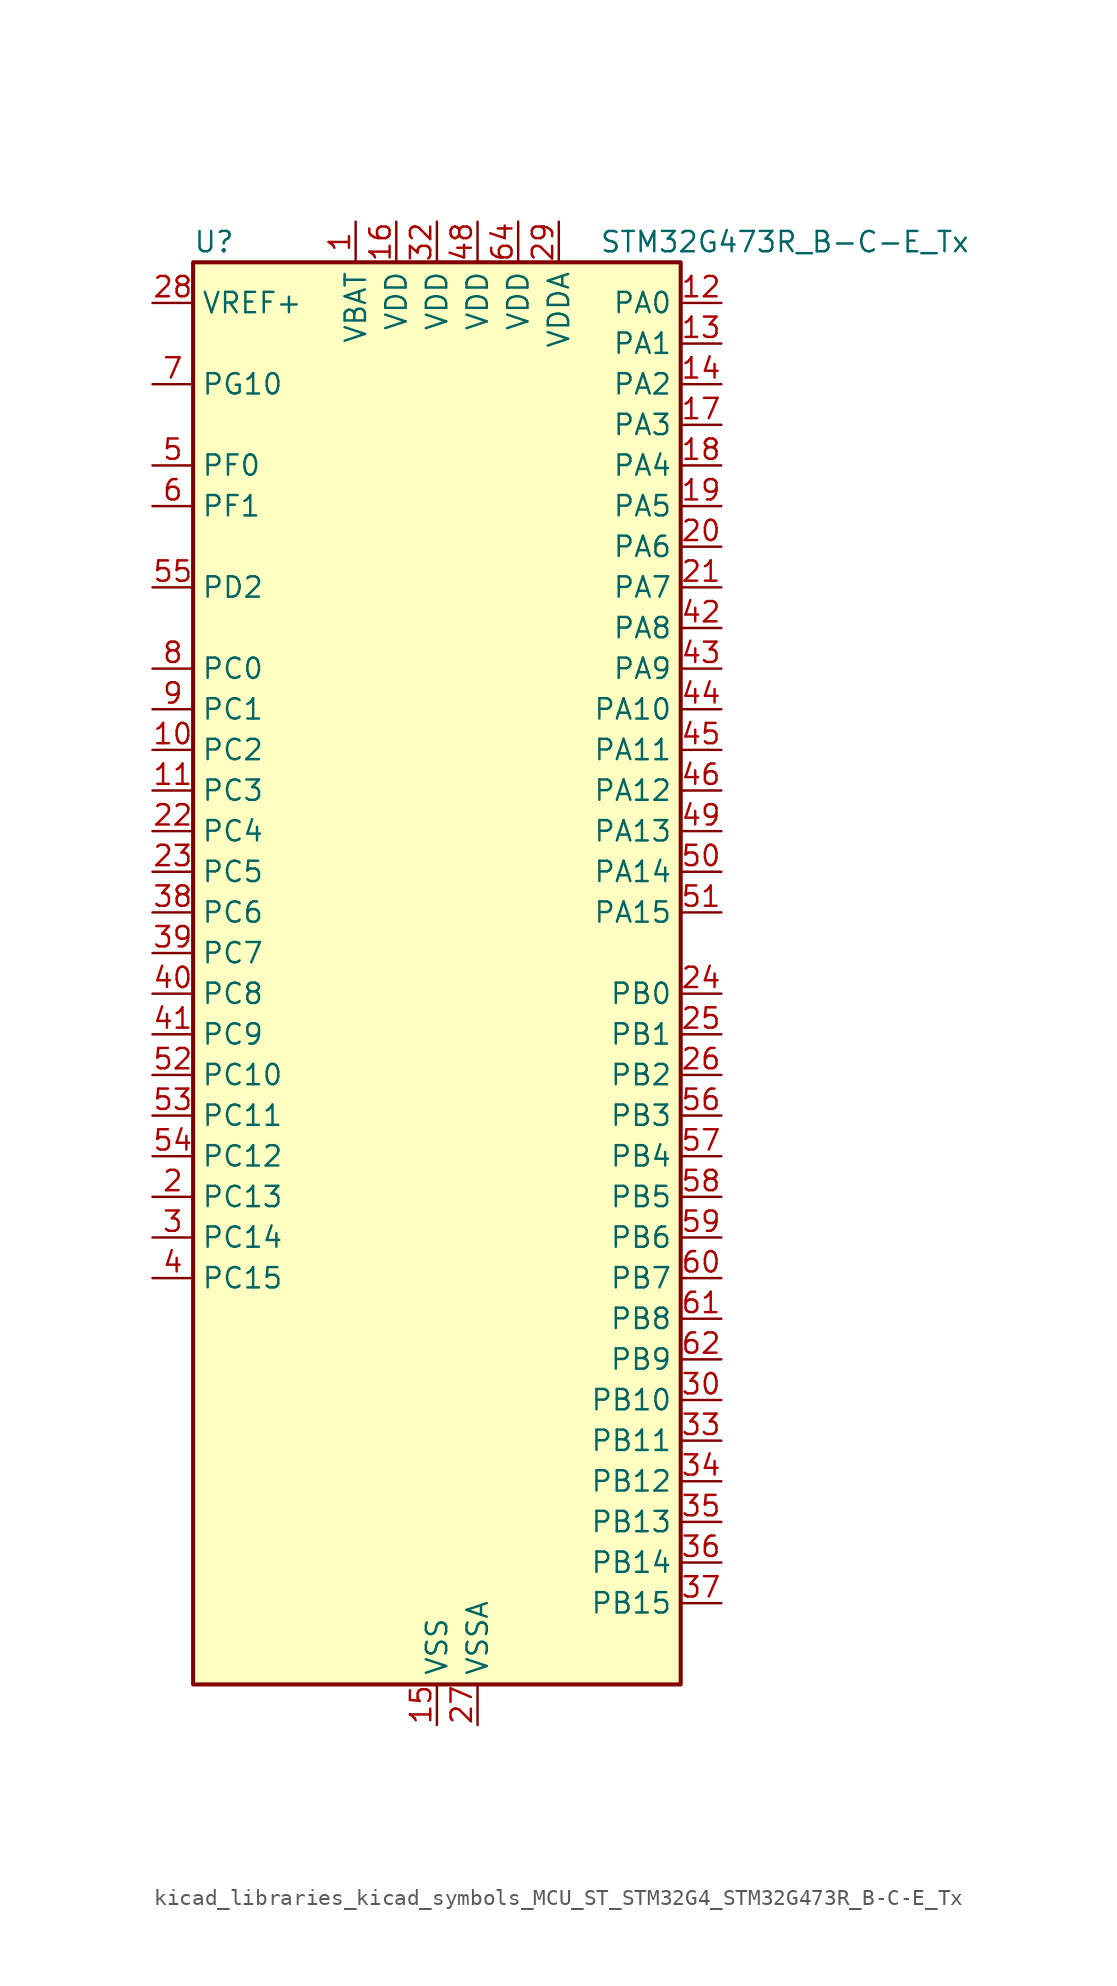
<source format=kicad_sym>
(kicad_symbol_lib
  (version 20220914)
  (generator kicad_symbol_editor)
  (symbol "kicad_libraries_kicad_symbols_MCU_ST_STM32G4_STM32G473R_B-C-E_Tx"
    (property "Reference" "U"
      (at -15.24 46.99 0)
      (effects (font (size 1.27 1.27)) (justify left)))
    (property "Value" "STM32G473R_B-C-E_Tx"
      (at 10.16 46.99 0)
      (effects (font (size 1.27 1.27)) (justify left)))
    (property "ki_locked" ""
      (at 0 0 0)
      (effects (font (size 1.27 1.27))))
    (symbol "kicad_libraries_kicad_symbols_MCU_ST_STM32G4_STM32G473R_B-C-E_Tx_0_1"
      (rectangle (start -15.24 -43.18) (end 15.24 45.72) (stroke (width 0.254) (type default)) (fill (type background))))
    (symbol "kicad_libraries_kicad_symbols_MCU_ST_STM32G4_STM32G473R_B-C-E_Tx_1_1"
      (pin power_in line (at -5.08 48.26 270) (length 2.54) (name "VBAT" (effects (font (size 1.27 1.27)))) (number "1" (effects (font (size 1.27 1.27)))))
      (pin bidirectional line (at -17.78 15.24 0) (length 2.54) (name "PC2" (effects (font (size 1.27 1.27)))) (number "10" (effects (font (size 1.27 1.27)))) (alternate "ADC1_IN8" bidirectional line) (alternate "ADC2_IN8" bidirectional line) (alternate "ADC3_EXTI2" bidirectional line) (alternate "ADC4_EXTI2" bidirectional line) (alternate "ADC5_EXTI2" bidirectional line) (alternate "COMP3_OUT" bidirectional line) (alternate "LPTIM1_IN2" bidirectional line) (alternate "QUADSPI1_BK2_IO1" bidirectional line) (alternate "TIM1_CH3" bidirectional line) (alternate "TIM20_CH2" bidirectional line))
      (pin bidirectional line (at -17.78 12.7 0) (length 2.54) (name "PC3" (effects (font (size 1.27 1.27)))) (number "11" (effects (font (size 1.27 1.27)))) (alternate "ADC1_IN9" bidirectional line) (alternate "ADC2_IN9" bidirectional line) (alternate "ADC3_EXTI3" bidirectional line) (alternate "ADC4_EXTI3" bidirectional line) (alternate "ADC5_EXTI3" bidirectional line) (alternate "LPTIM1_ETR" bidirectional line) (alternate "OPAMP5_VINP" bidirectional line) (alternate "OPAMP5_VINP_SEC" bidirectional line) (alternate "QUADSPI1_BK2_IO2" bidirectional line) (alternate "SAI1_D1" bidirectional line) (alternate "SAI1_SD_A" bidirectional line) (alternate "TIM1_BKIN2" bidirectional line) (alternate "TIM1_CH4" bidirectional line))
      (pin bidirectional line (at 17.78 43.18 180) (length 2.54) (name "PA0" (effects (font (size 1.27 1.27)))) (number "12" (effects (font (size 1.27 1.27)))) (alternate "ADC1_IN1" bidirectional line) (alternate "ADC2_IN1" bidirectional line) (alternate "COMP1_INM" bidirectional line) (alternate "COMP1_OUT" bidirectional line) (alternate "COMP3_INP" bidirectional line) (alternate "RTC_TAMP2" bidirectional line) (alternate "SYS_WKUP1" bidirectional line) (alternate "TIM2_CH1" bidirectional line) (alternate "TIM2_ETR" bidirectional line) (alternate "TIM5_CH1" bidirectional line) (alternate "TIM8_BKIN" bidirectional line) (alternate "TIM8_ETR" bidirectional line) (alternate "USART2_CTS" bidirectional line) (alternate "USART2_NSS" bidirectional line))
      (pin bidirectional line (at 17.78 40.64 180) (length 2.54) (name "PA1" (effects (font (size 1.27 1.27)))) (number "13" (effects (font (size 1.27 1.27)))) (alternate "ADC1_IN2" bidirectional line) (alternate "ADC2_IN2" bidirectional line) (alternate "COMP1_INP" bidirectional line) (alternate "OPAMP1_VINP" bidirectional line) (alternate "OPAMP1_VINP_SEC" bidirectional line) (alternate "OPAMP3_VINP" bidirectional line) (alternate "OPAMP3_VINP_SEC" bidirectional line) (alternate "OPAMP6_VINM" bidirectional line) (alternate "OPAMP6_VINM0" bidirectional line) (alternate "OPAMP6_VINM_SEC" bidirectional line) (alternate "RTC_REFIN" bidirectional line) (alternate "TIM15_CH1N" bidirectional line) (alternate "TIM2_CH2" bidirectional line) (alternate "TIM5_CH2" bidirectional line) (alternate "USART2_DE" bidirectional line) (alternate "USART2_RTS" bidirectional line))
      (pin bidirectional line (at 17.78 38.1 180) (length 2.54) (name "PA2" (effects (font (size 1.27 1.27)))) (number "14" (effects (font (size 1.27 1.27)))) (alternate "ADC1_IN3" bidirectional line) (alternate "ADC3_EXTI2" bidirectional line) (alternate "ADC4_EXTI2" bidirectional line) (alternate "ADC5_EXTI2" bidirectional line) (alternate "COMP2_INM" bidirectional line) (alternate "COMP2_OUT" bidirectional line) (alternate "LPUART1_TX" bidirectional line) (alternate "OPAMP1_VOUT" bidirectional line) (alternate "QUADSPI1_BK1_NCS" bidirectional line) (alternate "RCC_LSCO" bidirectional line) (alternate "SYS_WKUP4" bidirectional line) (alternate "TIM15_CH1" bidirectional line) (alternate "TIM2_CH3" bidirectional line) (alternate "TIM5_CH3" bidirectional line) (alternate "UCPD1_FRSTX1" bidirectional line) (alternate "UCPD1_FRSTX2" bidirectional line) (alternate "USART2_TX" bidirectional line))
      (pin power_in line (at 0 -45.72 90) (length 2.54) (name "VSS" (effects (font (size 1.27 1.27)))) (number "15" (effects (font (size 1.27 1.27)))))
      (pin power_in line (at -2.54 48.26 270) (length 2.54) (name "VDD" (effects (font (size 1.27 1.27)))) (number "16" (effects (font (size 1.27 1.27)))))
      (pin bidirectional line (at 17.78 35.56 180) (length 2.54) (name "PA3" (effects (font (size 1.27 1.27)))) (number "17" (effects (font (size 1.27 1.27)))) (alternate "ADC1_IN4" bidirectional line) (alternate "ADC3_EXTI3" bidirectional line) (alternate "ADC4_EXTI3" bidirectional line) (alternate "ADC5_EXTI3" bidirectional line) (alternate "COMP2_INP" bidirectional line) (alternate "LPUART1_RX" bidirectional line) (alternate "OPAMP1_VINM" bidirectional line) (alternate "OPAMP1_VINM0" bidirectional line) (alternate "OPAMP1_VINM_SEC" bidirectional line) (alternate "OPAMP1_VINP" bidirectional line) (alternate "OPAMP1_VINP_SEC" bidirectional line) (alternate "OPAMP5_VINM" bidirectional line) (alternate "OPAMP5_VINM1" bidirectional line) (alternate "OPAMP5_VINM_SEC" bidirectional line) (alternate "QUADSPI1_CLK" bidirectional line) (alternate "SAI1_CK1" bidirectional line) (alternate "SAI1_MCLK_A" bidirectional line) (alternate "TIM15_CH2" bidirectional line) (alternate "TIM2_CH4" bidirectional line) (alternate "TIM5_CH4" bidirectional line) (alternate "USART2_RX" bidirectional line))
      (pin bidirectional line (at 17.78 33.02 180) (length 2.54) (name "PA4" (effects (font (size 1.27 1.27)))) (number "18" (effects (font (size 1.27 1.27)))) (alternate "ADC2_IN17" bidirectional line) (alternate "COMP1_INM" bidirectional line) (alternate "DAC1_OUT1" bidirectional line) (alternate "I2S3_WS" bidirectional line) (alternate "SAI1_FS_B" bidirectional line) (alternate "SPI1_NSS" bidirectional line) (alternate "SPI3_NSS" bidirectional line) (alternate "TIM3_CH2" bidirectional line) (alternate "USART2_CK" bidirectional line))
      (pin bidirectional line (at 17.78 30.48 180) (length 2.54) (name "PA5" (effects (font (size 1.27 1.27)))) (number "19" (effects (font (size 1.27 1.27)))) (alternate "ADC2_IN13" bidirectional line) (alternate "COMP2_INM" bidirectional line) (alternate "DAC1_OUT2" bidirectional line) (alternate "OPAMP2_VINM" bidirectional line) (alternate "OPAMP2_VINM0" bidirectional line) (alternate "OPAMP2_VINM_SEC" bidirectional line) (alternate "SPI1_SCK" bidirectional line) (alternate "TIM2_CH1" bidirectional line) (alternate "TIM2_ETR" bidirectional line) (alternate "UCPD1_FRSTX1" bidirectional line) (alternate "UCPD1_FRSTX2" bidirectional line))
      (pin bidirectional line (at -17.78 -12.7 0) (length 2.54) (name "PC13" (effects (font (size 1.27 1.27)))) (number "2" (effects (font (size 1.27 1.27)))) (alternate "RTC_OUT1" bidirectional line) (alternate "RTC_TAMP1" bidirectional line) (alternate "RTC_TS" bidirectional line) (alternate "SYS_WKUP2" bidirectional line) (alternate "TIM1_BKIN" bidirectional line) (alternate "TIM1_CH1N" bidirectional line) (alternate "TIM8_CH4N" bidirectional line))
      (pin bidirectional line (at 17.78 27.94 180) (length 2.54) (name "PA6" (effects (font (size 1.27 1.27)))) (number "20" (effects (font (size 1.27 1.27)))) (alternate "ADC2_IN3" bidirectional line) (alternate "COMP1_OUT" bidirectional line) (alternate "DAC2_OUT1" bidirectional line) (alternate "LPUART1_CTS" bidirectional line) (alternate "OPAMP2_VOUT" bidirectional line) (alternate "QUADSPI1_BK1_IO3" bidirectional line) (alternate "SPI1_MISO" bidirectional line) (alternate "TIM16_CH1" bidirectional line) (alternate "TIM1_BKIN" bidirectional line) (alternate "TIM3_CH1" bidirectional line) (alternate "TIM8_BKIN" bidirectional line))
      (pin bidirectional line (at 17.78 25.4 180) (length 2.54) (name "PA7" (effects (font (size 1.27 1.27)))) (number "21" (effects (font (size 1.27 1.27)))) (alternate "ADC2_IN4" bidirectional line) (alternate "COMP2_INP" bidirectional line) (alternate "COMP2_OUT" bidirectional line) (alternate "OPAMP1_VINP" bidirectional line) (alternate "OPAMP1_VINP_SEC" bidirectional line) (alternate "OPAMP2_VINP" bidirectional line) (alternate "OPAMP2_VINP_SEC" bidirectional line) (alternate "QUADSPI1_BK1_IO2" bidirectional line) (alternate "SPI1_MOSI" bidirectional line) (alternate "TIM17_CH1" bidirectional line) (alternate "TIM1_CH1N" bidirectional line) (alternate "TIM3_CH2" bidirectional line) (alternate "TIM8_CH1N" bidirectional line) (alternate "UCPD1_FRSTX1" bidirectional line) (alternate "UCPD1_FRSTX2" bidirectional line))
      (pin bidirectional line (at -17.78 10.16 0) (length 2.54) (name "PC4" (effects (font (size 1.27 1.27)))) (number "22" (effects (font (size 1.27 1.27)))) (alternate "ADC2_IN5" bidirectional line) (alternate "I2C2_SCL" bidirectional line) (alternate "QUADSPI1_BK2_IO3" bidirectional line) (alternate "TIM1_ETR" bidirectional line) (alternate "USART1_TX" bidirectional line))
      (pin bidirectional line (at -17.78 7.62 0) (length 2.54) (name "PC5" (effects (font (size 1.27 1.27)))) (number "23" (effects (font (size 1.27 1.27)))) (alternate "ADC2_IN11" bidirectional line) (alternate "OPAMP1_VINM" bidirectional line) (alternate "OPAMP1_VINM1" bidirectional line) (alternate "OPAMP1_VINM_SEC" bidirectional line) (alternate "OPAMP2_VINM" bidirectional line) (alternate "OPAMP2_VINM1" bidirectional line) (alternate "OPAMP2_VINM_SEC" bidirectional line) (alternate "SAI1_D3" bidirectional line) (alternate "SYS_WKUP5" bidirectional line) (alternate "TIM15_BKIN" bidirectional line) (alternate "TIM1_CH4N" bidirectional line) (alternate "USART1_RX" bidirectional line))
      (pin bidirectional line (at 17.78 0 180) (length 2.54) (name "PB0" (effects (font (size 1.27 1.27)))) (number "24" (effects (font (size 1.27 1.27)))) (alternate "ADC1_IN15" bidirectional line) (alternate "ADC3_IN12" bidirectional line) (alternate "COMP4_INP" bidirectional line) (alternate "OPAMP2_VINP" bidirectional line) (alternate "OPAMP2_VINP_SEC" bidirectional line) (alternate "OPAMP3_VINP" bidirectional line) (alternate "OPAMP3_VINP_SEC" bidirectional line) (alternate "QUADSPI1_BK1_IO1" bidirectional line) (alternate "TIM1_CH2N" bidirectional line) (alternate "TIM3_CH3" bidirectional line) (alternate "TIM8_CH2N" bidirectional line) (alternate "UCPD1_FRSTX1" bidirectional line) (alternate "UCPD1_FRSTX2" bidirectional line))
      (pin bidirectional line (at 17.78 -2.54 180) (length 2.54) (name "PB1" (effects (font (size 1.27 1.27)))) (number "25" (effects (font (size 1.27 1.27)))) (alternate "ADC1_IN12" bidirectional line) (alternate "ADC3_IN1" bidirectional line) (alternate "COMP1_INP" bidirectional line) (alternate "COMP4_OUT" bidirectional line) (alternate "LPUART1_DE" bidirectional line) (alternate "LPUART1_RTS" bidirectional line) (alternate "OPAMP3_VOUT" bidirectional line) (alternate "OPAMP6_VINM" bidirectional line) (alternate "OPAMP6_VINM1" bidirectional line) (alternate "OPAMP6_VINM_SEC" bidirectional line) (alternate "QUADSPI1_BK1_IO0" bidirectional line) (alternate "TIM1_CH3N" bidirectional line) (alternate "TIM3_CH4" bidirectional line) (alternate "TIM8_CH3N" bidirectional line))
      (pin bidirectional line (at 17.78 -5.08 180) (length 2.54) (name "PB2" (effects (font (size 1.27 1.27)))) (number "26" (effects (font (size 1.27 1.27)))) (alternate "ADC2_IN12" bidirectional line) (alternate "ADC3_EXTI2" bidirectional line) (alternate "ADC4_EXTI2" bidirectional line) (alternate "ADC5_EXTI2" bidirectional line) (alternate "COMP4_INM" bidirectional line) (alternate "I2C3_SMBA" bidirectional line) (alternate "LPTIM1_OUT" bidirectional line) (alternate "OPAMP3_VINM" bidirectional line) (alternate "OPAMP3_VINM0" bidirectional line) (alternate "OPAMP3_VINM_SEC" bidirectional line) (alternate "QUADSPI1_BK2_IO1" bidirectional line) (alternate "RTC_OUT2" bidirectional line) (alternate "TIM20_CH1" bidirectional line) (alternate "TIM5_CH1" bidirectional line))
      (pin power_in line (at 2.54 -45.72 90) (length 2.54) (name "VSSA" (effects (font (size 1.27 1.27)))) (number "27" (effects (font (size 1.27 1.27)))))
      (pin input line (at -17.78 43.18 0) (length 2.54) (name "VREF+" (effects (font (size 1.27 1.27)))) (number "28" (effects (font (size 1.27 1.27)))) (alternate "VREFBUF_OUT" bidirectional line))
      (pin power_in line (at 7.62 48.26 270) (length 2.54) (name "VDDA" (effects (font (size 1.27 1.27)))) (number "29" (effects (font (size 1.27 1.27)))))
      (pin bidirectional line (at -17.78 -15.24 0) (length 2.54) (name "PC14" (effects (font (size 1.27 1.27)))) (number "3" (effects (font (size 1.27 1.27)))) (alternate "RCC_OSC32_IN" bidirectional line))
      (pin bidirectional line (at 17.78 -25.4 180) (length 2.54) (name "PB10" (effects (font (size 1.27 1.27)))) (number "30" (effects (font (size 1.27 1.27)))) (alternate "COMP5_INM" bidirectional line) (alternate "DAC1_EXTI10" bidirectional line) (alternate "DAC2_EXTI10" bidirectional line) (alternate "DAC3_EXTI10" bidirectional line) (alternate "DAC4_EXTI10" bidirectional line) (alternate "LPUART1_RX" bidirectional line) (alternate "OPAMP3_VINM" bidirectional line) (alternate "OPAMP3_VINM1" bidirectional line) (alternate "OPAMP3_VINM_SEC" bidirectional line) (alternate "OPAMP4_VINM" bidirectional line) (alternate "OPAMP4_VINM0" bidirectional line) (alternate "OPAMP4_VINM_SEC" bidirectional line) (alternate "QUADSPI1_CLK" bidirectional line) (alternate "SAI1_SCK_A" bidirectional line) (alternate "TIM1_BKIN" bidirectional line) (alternate "TIM2_CH3" bidirectional line) (alternate "USART3_TX" bidirectional line))
      (pin passive line (at 0 -45.72 90) (length 2.54) hide (name "VSS" (effects (font (size 1.27 1.27)))) (number "31" (effects (font (size 1.27 1.27)))))
      (pin power_in line (at 0 48.26 270) (length 2.54) (name "VDD" (effects (font (size 1.27 1.27)))) (number "32" (effects (font (size 1.27 1.27)))))
      (pin bidirectional line (at 17.78 -27.94 180) (length 2.54) (name "PB11" (effects (font (size 1.27 1.27)))) (number "33" (effects (font (size 1.27 1.27)))) (alternate "ADC1_EXTI11" bidirectional line) (alternate "ADC1_IN14" bidirectional line) (alternate "ADC2_EXTI11" bidirectional line) (alternate "ADC2_IN14" bidirectional line) (alternate "COMP6_INP" bidirectional line) (alternate "LPUART1_TX" bidirectional line) (alternate "OPAMP4_VINP" bidirectional line) (alternate "OPAMP4_VINP_SEC" bidirectional line) (alternate "OPAMP6_VOUT" bidirectional line) (alternate "QUADSPI1_BK1_NCS" bidirectional line) (alternate "TIM2_CH4" bidirectional line) (alternate "USART3_RX" bidirectional line))
      (pin bidirectional line (at 17.78 -30.48 180) (length 2.54) (name "PB12" (effects (font (size 1.27 1.27)))) (number "34" (effects (font (size 1.27 1.27)))) (alternate "ADC1_IN11" bidirectional line) (alternate "ADC4_IN3" bidirectional line) (alternate "COMP7_INM" bidirectional line) (alternate "FDCAN2_RX" bidirectional line) (alternate "I2C2_SMBA" bidirectional line) (alternate "I2S2_WS" bidirectional line) (alternate "LPUART1_DE" bidirectional line) (alternate "LPUART1_RTS" bidirectional line) (alternate "OPAMP4_VOUT" bidirectional line) (alternate "OPAMP6_VINP" bidirectional line) (alternate "OPAMP6_VINP_SEC" bidirectional line) (alternate "SPI2_NSS" bidirectional line) (alternate "TIM1_BKIN" bidirectional line) (alternate "TIM5_ETR" bidirectional line) (alternate "USART3_CK" bidirectional line))
      (pin bidirectional line (at 17.78 -33.02 180) (length 2.54) (name "PB13" (effects (font (size 1.27 1.27)))) (number "35" (effects (font (size 1.27 1.27)))) (alternate "ADC3_IN5" bidirectional line) (alternate "COMP5_INP" bidirectional line) (alternate "FDCAN2_TX" bidirectional line) (alternate "I2S2_CK" bidirectional line) (alternate "LPUART1_CTS" bidirectional line) (alternate "OPAMP3_VINP" bidirectional line) (alternate "OPAMP3_VINP_SEC" bidirectional line) (alternate "OPAMP4_VINP" bidirectional line) (alternate "OPAMP4_VINP_SEC" bidirectional line) (alternate "OPAMP6_VINP" bidirectional line) (alternate "OPAMP6_VINP_SEC" bidirectional line) (alternate "SPI2_SCK" bidirectional line) (alternate "TIM1_CH1N" bidirectional line) (alternate "USART3_CTS" bidirectional line) (alternate "USART3_NSS" bidirectional line))
      (pin bidirectional line (at 17.78 -35.56 180) (length 2.54) (name "PB14" (effects (font (size 1.27 1.27)))) (number "36" (effects (font (size 1.27 1.27)))) (alternate "ADC1_IN5" bidirectional line) (alternate "ADC4_IN4" bidirectional line) (alternate "COMP4_OUT" bidirectional line) (alternate "COMP7_INP" bidirectional line) (alternate "OPAMP2_VINP" bidirectional line) (alternate "OPAMP2_VINP_SEC" bidirectional line) (alternate "OPAMP5_VINP" bidirectional line) (alternate "OPAMP5_VINP_SEC" bidirectional line) (alternate "SPI2_MISO" bidirectional line) (alternate "TIM15_CH1" bidirectional line) (alternate "TIM1_CH2N" bidirectional line) (alternate "USART3_DE" bidirectional line) (alternate "USART3_RTS" bidirectional line))
      (pin bidirectional line (at 17.78 -38.1 180) (length 2.54) (name "PB15" (effects (font (size 1.27 1.27)))) (number "37" (effects (font (size 1.27 1.27)))) (alternate "ADC1_EXTI15" bidirectional line) (alternate "ADC2_EXTI15" bidirectional line) (alternate "ADC2_IN15" bidirectional line) (alternate "ADC4_IN5" bidirectional line) (alternate "COMP3_OUT" bidirectional line) (alternate "COMP6_INM" bidirectional line) (alternate "I2S2_SD" bidirectional line) (alternate "OPAMP5_VINM" bidirectional line) (alternate "OPAMP5_VINM0" bidirectional line) (alternate "OPAMP5_VINM_SEC" bidirectional line) (alternate "RTC_REFIN" bidirectional line) (alternate "SPI2_MOSI" bidirectional line) (alternate "TIM15_CH1N" bidirectional line) (alternate "TIM15_CH2" bidirectional line) (alternate "TIM1_CH3N" bidirectional line))
      (pin bidirectional line (at -17.78 5.08 0) (length 2.54) (name "PC6" (effects (font (size 1.27 1.27)))) (number "38" (effects (font (size 1.27 1.27)))) (alternate "COMP6_OUT" bidirectional line) (alternate "I2C4_SCL" bidirectional line) (alternate "I2S2_MCK" bidirectional line) (alternate "TIM3_CH1" bidirectional line) (alternate "TIM8_CH1" bidirectional line))
      (pin bidirectional line (at -17.78 2.54 0) (length 2.54) (name "PC7" (effects (font (size 1.27 1.27)))) (number "39" (effects (font (size 1.27 1.27)))) (alternate "COMP5_OUT" bidirectional line) (alternate "I2C4_SDA" bidirectional line) (alternate "I2S3_MCK" bidirectional line) (alternate "TIM3_CH2" bidirectional line) (alternate "TIM8_CH2" bidirectional line))
      (pin bidirectional line (at -17.78 -17.78 0) (length 2.54) (name "PC15" (effects (font (size 1.27 1.27)))) (number "4" (effects (font (size 1.27 1.27)))) (alternate "ADC1_EXTI15" bidirectional line) (alternate "ADC2_EXTI15" bidirectional line) (alternate "RCC_OSC32_OUT" bidirectional line))
      (pin bidirectional line (at -17.78 0 0) (length 2.54) (name "PC8" (effects (font (size 1.27 1.27)))) (number "40" (effects (font (size 1.27 1.27)))) (alternate "COMP7_OUT" bidirectional line) (alternate "I2C3_SCL" bidirectional line) (alternate "TIM20_CH3" bidirectional line) (alternate "TIM3_CH3" bidirectional line) (alternate "TIM8_CH3" bidirectional line))
      (pin bidirectional line (at -17.78 -2.54 0) (length 2.54) (name "PC9" (effects (font (size 1.27 1.27)))) (number "41" (effects (font (size 1.27 1.27)))) (alternate "DAC1_EXTI9" bidirectional line) (alternate "DAC2_EXTI9" bidirectional line) (alternate "DAC3_EXTI9" bidirectional line) (alternate "DAC4_EXTI9" bidirectional line) (alternate "I2C3_SDA" bidirectional line) (alternate "I2S_CKIN" bidirectional line) (alternate "TIM3_CH4" bidirectional line) (alternate "TIM8_BKIN2" bidirectional line) (alternate "TIM8_CH4" bidirectional line))
      (pin bidirectional line (at 17.78 22.86 180) (length 2.54) (name "PA8" (effects (font (size 1.27 1.27)))) (number "42" (effects (font (size 1.27 1.27)))) (alternate "ADC5_IN1" bidirectional line) (alternate "COMP7_OUT" bidirectional line) (alternate "FDCAN3_RX" bidirectional line) (alternate "I2C2_SDA" bidirectional line) (alternate "I2C3_SCL" bidirectional line) (alternate "I2S2_MCK" bidirectional line) (alternate "OPAMP5_VOUT" bidirectional line) (alternate "RCC_MCO" bidirectional line) (alternate "SAI1_CK2" bidirectional line) (alternate "SAI1_SCK_A" bidirectional line) (alternate "TIM1_CH1" bidirectional line) (alternate "TIM4_ETR" bidirectional line) (alternate "USART1_CK" bidirectional line))
      (pin bidirectional line (at 17.78 20.32 180) (length 2.54) (name "PA9" (effects (font (size 1.27 1.27)))) (number "43" (effects (font (size 1.27 1.27)))) (alternate "ADC5_IN2" bidirectional line) (alternate "COMP5_OUT" bidirectional line) (alternate "DAC1_EXTI9" bidirectional line) (alternate "DAC2_EXTI9" bidirectional line) (alternate "DAC3_EXTI9" bidirectional line) (alternate "DAC4_EXTI9" bidirectional line) (alternate "I2C2_SCL" bidirectional line) (alternate "I2C3_SMBA" bidirectional line) (alternate "I2S3_MCK" bidirectional line) (alternate "SAI1_FS_A" bidirectional line) (alternate "TIM15_BKIN" bidirectional line) (alternate "TIM1_CH2" bidirectional line) (alternate "TIM2_CH3" bidirectional line) (alternate "UCPD1_DBCC1" bidirectional line) (alternate "USART1_TX" bidirectional line))
      (pin bidirectional line (at 17.78 17.78 180) (length 2.54) (name "PA10" (effects (font (size 1.27 1.27)))) (number "44" (effects (font (size 1.27 1.27)))) (alternate "COMP6_OUT" bidirectional line) (alternate "CRS_SYNC" bidirectional line) (alternate "DAC1_EXTI10" bidirectional line) (alternate "DAC2_EXTI10" bidirectional line) (alternate "DAC3_EXTI10" bidirectional line) (alternate "DAC4_EXTI10" bidirectional line) (alternate "I2C2_SMBA" bidirectional line) (alternate "SAI1_D1" bidirectional line) (alternate "SAI1_SD_A" bidirectional line) (alternate "SPI2_MISO" bidirectional line) (alternate "TIM17_BKIN" bidirectional line) (alternate "TIM1_CH3" bidirectional line) (alternate "TIM2_CH4" bidirectional line) (alternate "TIM8_BKIN" bidirectional line) (alternate "UCPD1_DBCC2" bidirectional line) (alternate "USART1_RX" bidirectional line))
      (pin bidirectional line (at 17.78 15.24 180) (length 2.54) (name "PA11" (effects (font (size 1.27 1.27)))) (number "45" (effects (font (size 1.27 1.27)))) (alternate "ADC1_EXTI11" bidirectional line) (alternate "ADC2_EXTI11" bidirectional line) (alternate "COMP1_OUT" bidirectional line) (alternate "FDCAN1_RX" bidirectional line) (alternate "I2S2_SD" bidirectional line) (alternate "SPI2_MOSI" bidirectional line) (alternate "TIM1_BKIN2" bidirectional line) (alternate "TIM1_CH1N" bidirectional line) (alternate "TIM1_CH4" bidirectional line) (alternate "TIM4_CH1" bidirectional line) (alternate "USART1_CTS" bidirectional line) (alternate "USART1_NSS" bidirectional line) (alternate "USB_DM" bidirectional line))
      (pin bidirectional line (at 17.78 12.7 180) (length 2.54) (name "PA12" (effects (font (size 1.27 1.27)))) (number "46" (effects (font (size 1.27 1.27)))) (alternate "COMP2_OUT" bidirectional line) (alternate "FDCAN1_TX" bidirectional line) (alternate "I2S_CKIN" bidirectional line) (alternate "TIM16_CH1" bidirectional line) (alternate "TIM1_CH2N" bidirectional line) (alternate "TIM1_ETR" bidirectional line) (alternate "TIM4_CH2" bidirectional line) (alternate "USART1_DE" bidirectional line) (alternate "USART1_RTS" bidirectional line) (alternate "USB_DP" bidirectional line))
      (pin passive line (at 0 -45.72 90) (length 2.54) hide (name "VSS" (effects (font (size 1.27 1.27)))) (number "47" (effects (font (size 1.27 1.27)))))
      (pin power_in line (at 2.54 48.26 270) (length 2.54) (name "VDD" (effects (font (size 1.27 1.27)))) (number "48" (effects (font (size 1.27 1.27)))))
      (pin bidirectional line (at 17.78 10.16 180) (length 2.54) (name "PA13" (effects (font (size 1.27 1.27)))) (number "49" (effects (font (size 1.27 1.27)))) (alternate "I2C1_SCL" bidirectional line) (alternate "I2C4_SCL" bidirectional line) (alternate "IR_OUT" bidirectional line) (alternate "SAI1_SD_B" bidirectional line) (alternate "SYS_JTMS-SWDIO" bidirectional line) (alternate "TIM16_CH1N" bidirectional line) (alternate "TIM4_CH3" bidirectional line) (alternate "USART3_CTS" bidirectional line) (alternate "USART3_NSS" bidirectional line))
      (pin bidirectional line (at -17.78 33.02 0) (length 2.54) (name "PF0" (effects (font (size 1.27 1.27)))) (number "5" (effects (font (size 1.27 1.27)))) (alternate "ADC1_IN10" bidirectional line) (alternate "I2C2_SDA" bidirectional line) (alternate "I2S2_WS" bidirectional line) (alternate "RCC_OSC_IN" bidirectional line) (alternate "SPI2_NSS" bidirectional line) (alternate "TIM1_CH3N" bidirectional line))
      (pin bidirectional line (at 17.78 7.62 180) (length 2.54) (name "PA14" (effects (font (size 1.27 1.27)))) (number "50" (effects (font (size 1.27 1.27)))) (alternate "I2C1_SDA" bidirectional line) (alternate "I2C4_SMBA" bidirectional line) (alternate "LPTIM1_OUT" bidirectional line) (alternate "SAI1_FS_B" bidirectional line) (alternate "SYS_JTCK-SWCLK" bidirectional line) (alternate "TIM1_BKIN" bidirectional line) (alternate "TIM8_CH2" bidirectional line) (alternate "USART2_TX" bidirectional line))
      (pin bidirectional line (at 17.78 5.08 180) (length 2.54) (name "PA15" (effects (font (size 1.27 1.27)))) (number "51" (effects (font (size 1.27 1.27)))) (alternate "ADC1_EXTI15" bidirectional line) (alternate "ADC2_EXTI15" bidirectional line) (alternate "FDCAN3_TX" bidirectional line) (alternate "I2C1_SCL" bidirectional line) (alternate "I2S3_WS" bidirectional line) (alternate "SPI1_NSS" bidirectional line) (alternate "SPI3_NSS" bidirectional line) (alternate "SYS_JTDI" bidirectional line) (alternate "TIM1_BKIN" bidirectional line) (alternate "TIM2_CH1" bidirectional line) (alternate "TIM2_ETR" bidirectional line) (alternate "TIM8_CH1" bidirectional line) (alternate "UART4_DE" bidirectional line) (alternate "UART4_RTS" bidirectional line) (alternate "USART2_RX" bidirectional line))
      (pin bidirectional line (at -17.78 -5.08 0) (length 2.54) (name "PC10" (effects (font (size 1.27 1.27)))) (number "52" (effects (font (size 1.27 1.27)))) (alternate "DAC1_EXTI10" bidirectional line) (alternate "DAC2_EXTI10" bidirectional line) (alternate "DAC3_EXTI10" bidirectional line) (alternate "DAC4_EXTI10" bidirectional line) (alternate "I2S3_CK" bidirectional line) (alternate "SPI3_SCK" bidirectional line) (alternate "TIM8_CH1N" bidirectional line) (alternate "UART4_TX" bidirectional line) (alternate "USART3_TX" bidirectional line))
      (pin bidirectional line (at -17.78 -7.62 0) (length 2.54) (name "PC11" (effects (font (size 1.27 1.27)))) (number "53" (effects (font (size 1.27 1.27)))) (alternate "ADC1_EXTI11" bidirectional line) (alternate "ADC2_EXTI11" bidirectional line) (alternate "I2C3_SDA" bidirectional line) (alternate "SPI3_MISO" bidirectional line) (alternate "TIM8_CH2N" bidirectional line) (alternate "UART4_RX" bidirectional line) (alternate "USART3_RX" bidirectional line))
      (pin bidirectional line (at -17.78 -10.16 0) (length 2.54) (name "PC12" (effects (font (size 1.27 1.27)))) (number "54" (effects (font (size 1.27 1.27)))) (alternate "I2S3_SD" bidirectional line) (alternate "SPI3_MOSI" bidirectional line) (alternate "TIM5_CH2" bidirectional line) (alternate "TIM8_CH3N" bidirectional line) (alternate "UART5_TX" bidirectional line) (alternate "UCPD1_FRSTX1" bidirectional line) (alternate "UCPD1_FRSTX2" bidirectional line) (alternate "USART3_CK" bidirectional line))
      (pin bidirectional line (at -17.78 25.4 0) (length 2.54) (name "PD2" (effects (font (size 1.27 1.27)))) (number "55" (effects (font (size 1.27 1.27)))) (alternate "ADC3_EXTI2" bidirectional line) (alternate "ADC4_EXTI2" bidirectional line) (alternate "ADC5_EXTI2" bidirectional line) (alternate "TIM3_ETR" bidirectional line) (alternate "TIM8_BKIN" bidirectional line) (alternate "UART5_RX" bidirectional line))
      (pin bidirectional line (at 17.78 -7.62 180) (length 2.54) (name "PB3" (effects (font (size 1.27 1.27)))) (number "56" (effects (font (size 1.27 1.27)))) (alternate "ADC3_EXTI3" bidirectional line) (alternate "ADC4_EXTI3" bidirectional line) (alternate "ADC5_EXTI3" bidirectional line) (alternate "CRS_SYNC" bidirectional line) (alternate "FDCAN3_RX" bidirectional line) (alternate "I2S3_CK" bidirectional line) (alternate "SAI1_SCK_B" bidirectional line) (alternate "SPI1_SCK" bidirectional line) (alternate "SPI3_SCK" bidirectional line) (alternate "SYS_JTDO-SWO" bidirectional line) (alternate "TIM2_CH2" bidirectional line) (alternate "TIM3_ETR" bidirectional line) (alternate "TIM4_ETR" bidirectional line) (alternate "TIM8_CH1N" bidirectional line) (alternate "USART2_TX" bidirectional line))
      (pin bidirectional line (at 17.78 -10.16 180) (length 2.54) (name "PB4" (effects (font (size 1.27 1.27)))) (number "57" (effects (font (size 1.27 1.27)))) (alternate "FDCAN3_TX" bidirectional line) (alternate "SAI1_MCLK_B" bidirectional line) (alternate "SPI1_MISO" bidirectional line) (alternate "SPI3_MISO" bidirectional line) (alternate "SYS_JTRST" bidirectional line) (alternate "TIM16_CH1" bidirectional line) (alternate "TIM17_BKIN" bidirectional line) (alternate "TIM3_CH1" bidirectional line) (alternate "TIM8_CH2N" bidirectional line) (alternate "UART5_DE" bidirectional line) (alternate "UART5_RTS" bidirectional line) (alternate "UCPD1_CC2" bidirectional line) (alternate "USART2_RX" bidirectional line))
      (pin bidirectional line (at 17.78 -12.7 180) (length 2.54) (name "PB5" (effects (font (size 1.27 1.27)))) (number "58" (effects (font (size 1.27 1.27)))) (alternate "FDCAN2_RX" bidirectional line) (alternate "I2C1_SMBA" bidirectional line) (alternate "I2C3_SDA" bidirectional line) (alternate "I2S3_SD" bidirectional line) (alternate "LPTIM1_IN1" bidirectional line) (alternate "SAI1_SD_B" bidirectional line) (alternate "SPI1_MOSI" bidirectional line) (alternate "SPI3_MOSI" bidirectional line) (alternate "TIM16_BKIN" bidirectional line) (alternate "TIM17_CH1" bidirectional line) (alternate "TIM3_CH2" bidirectional line) (alternate "TIM8_CH3N" bidirectional line) (alternate "UART5_CTS" bidirectional line) (alternate "USART2_CK" bidirectional line))
      (pin bidirectional line (at 17.78 -15.24 180) (length 2.54) (name "PB6" (effects (font (size 1.27 1.27)))) (number "59" (effects (font (size 1.27 1.27)))) (alternate "COMP4_OUT" bidirectional line) (alternate "FDCAN2_TX" bidirectional line) (alternate "LPTIM1_ETR" bidirectional line) (alternate "SAI1_FS_B" bidirectional line) (alternate "TIM16_CH1N" bidirectional line) (alternate "TIM4_CH1" bidirectional line) (alternate "TIM8_BKIN2" bidirectional line) (alternate "TIM8_CH1" bidirectional line) (alternate "TIM8_ETR" bidirectional line) (alternate "UCPD1_CC1" bidirectional line) (alternate "USART1_TX" bidirectional line))
      (pin bidirectional line (at -17.78 30.48 0) (length 2.54) (name "PF1" (effects (font (size 1.27 1.27)))) (number "6" (effects (font (size 1.27 1.27)))) (alternate "ADC2_IN10" bidirectional line) (alternate "COMP3_INM" bidirectional line) (alternate "I2S2_CK" bidirectional line) (alternate "RCC_OSC_OUT" bidirectional line) (alternate "SPI2_SCK" bidirectional line))
      (pin bidirectional line (at 17.78 -17.78 180) (length 2.54) (name "PB7" (effects (font (size 1.27 1.27)))) (number "60" (effects (font (size 1.27 1.27)))) (alternate "COMP3_OUT" bidirectional line) (alternate "I2C1_SDA" bidirectional line) (alternate "I2C4_SDA" bidirectional line) (alternate "LPTIM1_IN2" bidirectional line) (alternate "SYS_PVD_IN" bidirectional line) (alternate "TIM17_CH1N" bidirectional line) (alternate "TIM3_CH4" bidirectional line) (alternate "TIM4_CH2" bidirectional line) (alternate "TIM8_BKIN" bidirectional line) (alternate "UART4_CTS" bidirectional line) (alternate "USART1_RX" bidirectional line))
      (pin bidirectional line (at 17.78 -20.32 180) (length 2.54) (name "PB8" (effects (font (size 1.27 1.27)))) (number "61" (effects (font (size 1.27 1.27)))) (alternate "COMP1_OUT" bidirectional line) (alternate "FDCAN1_RX" bidirectional line) (alternate "I2C1_SCL" bidirectional line) (alternate "SAI1_CK1" bidirectional line) (alternate "SAI1_MCLK_A" bidirectional line) (alternate "TIM16_CH1" bidirectional line) (alternate "TIM1_BKIN" bidirectional line) (alternate "TIM4_CH3" bidirectional line) (alternate "TIM8_CH2" bidirectional line) (alternate "USART3_RX" bidirectional line))
      (pin bidirectional line (at 17.78 -22.86 180) (length 2.54) (name "PB9" (effects (font (size 1.27 1.27)))) (number "62" (effects (font (size 1.27 1.27)))) (alternate "COMP2_OUT" bidirectional line) (alternate "DAC1_EXTI9" bidirectional line) (alternate "DAC2_EXTI9" bidirectional line) (alternate "DAC3_EXTI9" bidirectional line) (alternate "DAC4_EXTI9" bidirectional line) (alternate "FDCAN1_TX" bidirectional line) (alternate "I2C1_SDA" bidirectional line) (alternate "IR_OUT" bidirectional line) (alternate "SAI1_D2" bidirectional line) (alternate "SAI1_FS_A" bidirectional line) (alternate "TIM17_CH1" bidirectional line) (alternate "TIM1_CH3N" bidirectional line) (alternate "TIM4_CH4" bidirectional line) (alternate "TIM8_CH3" bidirectional line) (alternate "USART3_TX" bidirectional line))
      (pin passive line (at 0 -45.72 90) (length 2.54) hide (name "VSS" (effects (font (size 1.27 1.27)))) (number "63" (effects (font (size 1.27 1.27)))))
      (pin power_in line (at 5.08 48.26 270) (length 2.54) (name "VDD" (effects (font (size 1.27 1.27)))) (number "64" (effects (font (size 1.27 1.27)))))
      (pin bidirectional line (at -17.78 38.1 0) (length 2.54) (name "PG10" (effects (font (size 1.27 1.27)))) (number "7" (effects (font (size 1.27 1.27)))) (alternate "DAC1_EXTI10" bidirectional line) (alternate "DAC2_EXTI10" bidirectional line) (alternate "DAC3_EXTI10" bidirectional line) (alternate "DAC4_EXTI10" bidirectional line) (alternate "RCC_MCO" bidirectional line))
      (pin bidirectional line (at -17.78 20.32 0) (length 2.54) (name "PC0" (effects (font (size 1.27 1.27)))) (number "8" (effects (font (size 1.27 1.27)))) (alternate "ADC1_IN6" bidirectional line) (alternate "ADC2_IN6" bidirectional line) (alternate "COMP3_INM" bidirectional line) (alternate "LPTIM1_IN1" bidirectional line) (alternate "LPUART1_RX" bidirectional line) (alternate "TIM1_CH1" bidirectional line))
      (pin bidirectional line (at -17.78 17.78 0) (length 2.54) (name "PC1" (effects (font (size 1.27 1.27)))) (number "9" (effects (font (size 1.27 1.27)))) (alternate "ADC1_IN7" bidirectional line) (alternate "ADC2_IN7" bidirectional line) (alternate "COMP3_INP" bidirectional line) (alternate "LPTIM1_OUT" bidirectional line) (alternate "LPUART1_TX" bidirectional line) (alternate "QUADSPI1_BK2_IO0" bidirectional line) (alternate "SAI1_SD_A" bidirectional line) (alternate "TIM1_CH2" bidirectional line)))))
</source>
